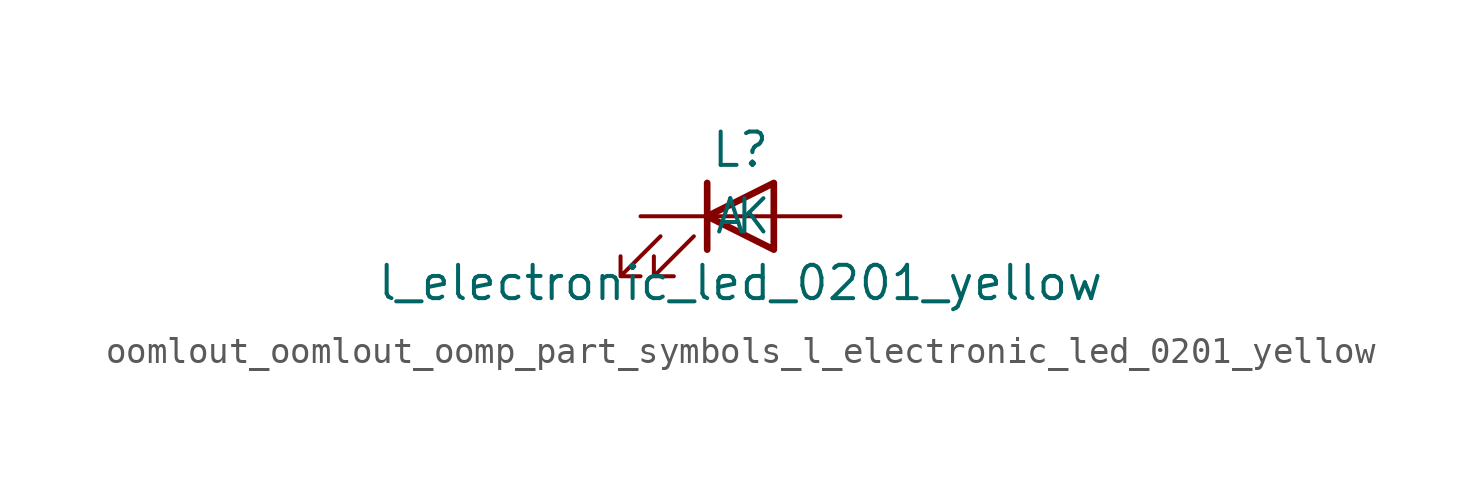
<source format=kicad_sym>
(kicad_symbol_lib
  (version 20220914)
  (generator kicad_symbol_editor)
  (symbol "oomlout_oomlout_oomp_part_symbols_l_electronic_led_0201_yellow"
    (pin_numbers hide)
    (pin_names
      (offset 1.016))
    (property "Reference" "L"
      (at 0 2.54 0)
      (effects (font (size 1.27 1.27))))
    (property "Value" "l_electronic_led_0201_yellow"
      (at 0 -2.54 0)
      (effects (font (size 1.27 1.27))))
    (symbol "oomlout_oomlout_oomp_part_symbols_l_electronic_led_0201_yellow_0_1"
      (polyline (pts (xy -1.27 -1.27) (xy -1.27 1.27)) (stroke (width 0.254) (type default)) (fill (type none)))
      (polyline (pts (xy -1.27 0) (xy 1.27 0)) (stroke (width 0) (type default)) (fill (type none)))
      (polyline (pts (xy 1.27 -1.27) (xy 1.27 1.27) (xy -1.27 0) (xy 1.27 -1.27)) (stroke (width 0.254) (type default)) (fill (type none)))
      (polyline (pts (xy -3.048 -0.762) (xy -4.572 -2.286) (xy -3.81 -2.286) (xy -4.572 -2.286) (xy -4.572 -1.524)) (stroke (width 0) (type default)) (fill (type none)))
      (polyline (pts (xy -1.778 -0.762) (xy -3.302 -2.286) (xy -2.54 -2.286) (xy -3.302 -2.286) (xy -3.302 -1.524)) (stroke (width 0) (type default)) (fill (type none))))
    (symbol "oomlout_oomlout_oomp_part_symbols_l_electronic_led_0201_yellow_1_1"
      (pin passive line (at -3.81 0 0) (length 2.54) (name "K" (effects (font (size 1.27 1.27)))) (number "1" (effects (font (size 1.27 1.27)))))
      (pin passive line (at 3.81 0 180) (length 2.54) (name "A" (effects (font (size 1.27 1.27)))) (number "2" (effects (font (size 1.27 1.27))))))))
</source>
